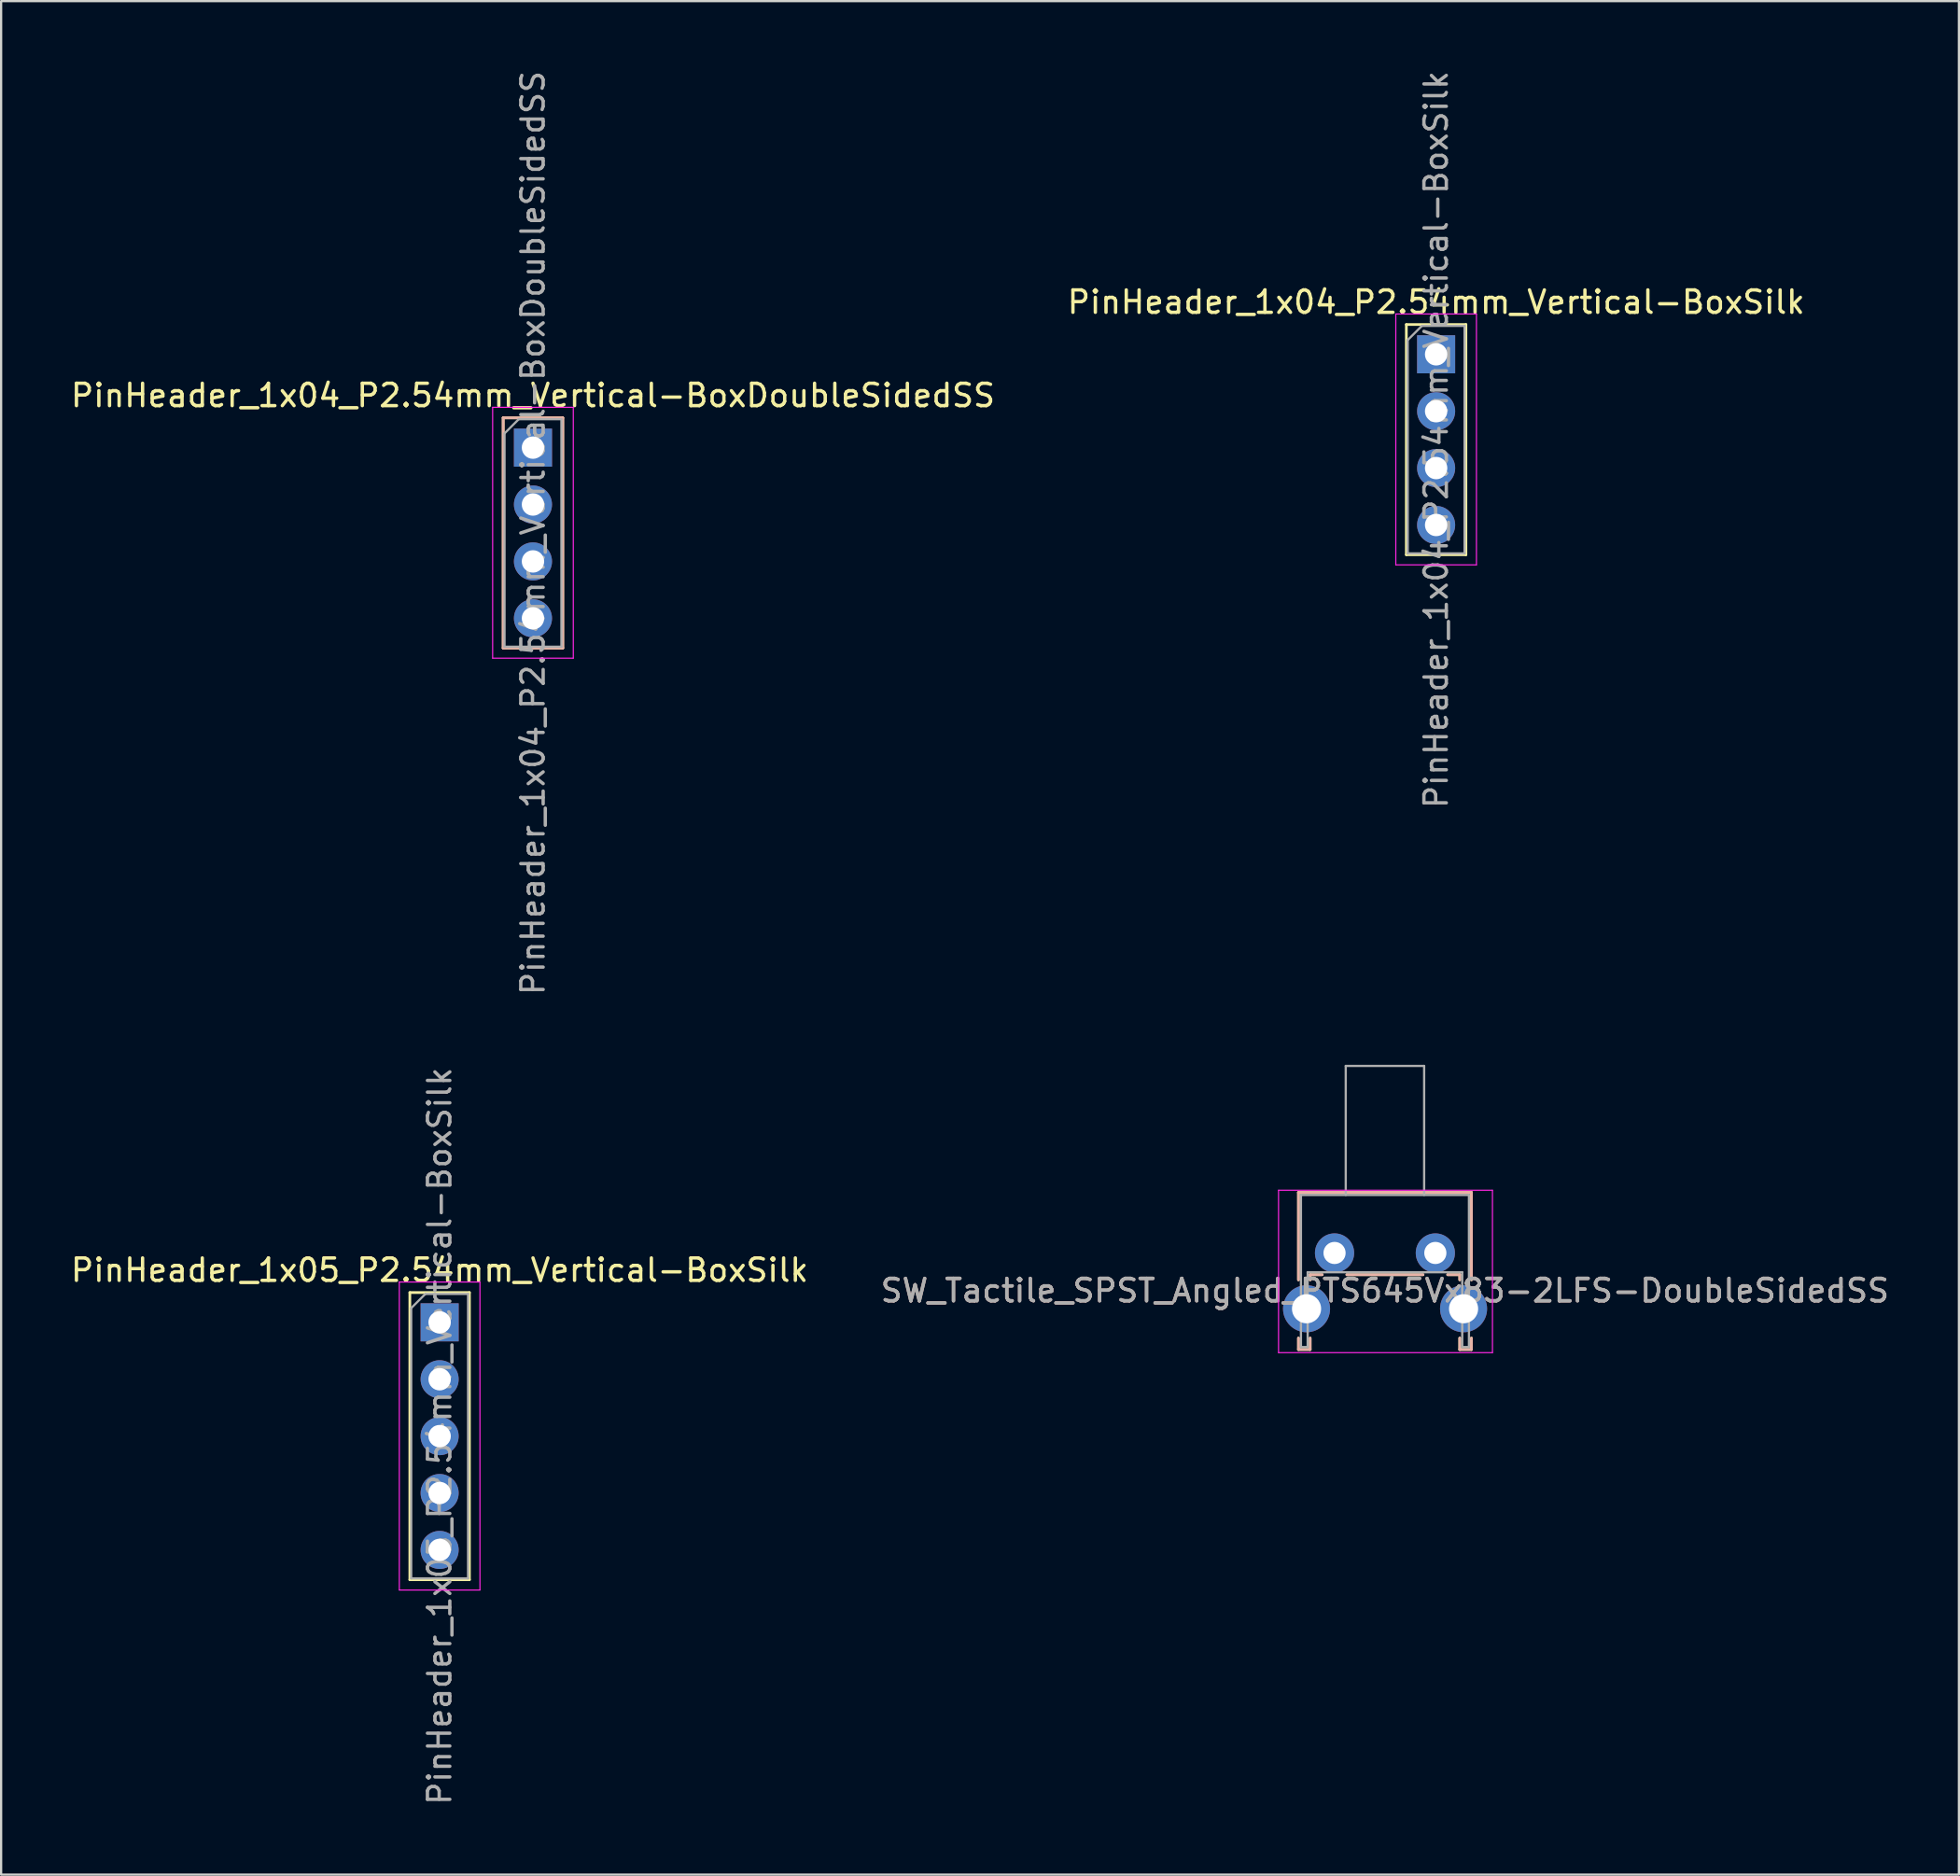
<source format=kicad_pcb>
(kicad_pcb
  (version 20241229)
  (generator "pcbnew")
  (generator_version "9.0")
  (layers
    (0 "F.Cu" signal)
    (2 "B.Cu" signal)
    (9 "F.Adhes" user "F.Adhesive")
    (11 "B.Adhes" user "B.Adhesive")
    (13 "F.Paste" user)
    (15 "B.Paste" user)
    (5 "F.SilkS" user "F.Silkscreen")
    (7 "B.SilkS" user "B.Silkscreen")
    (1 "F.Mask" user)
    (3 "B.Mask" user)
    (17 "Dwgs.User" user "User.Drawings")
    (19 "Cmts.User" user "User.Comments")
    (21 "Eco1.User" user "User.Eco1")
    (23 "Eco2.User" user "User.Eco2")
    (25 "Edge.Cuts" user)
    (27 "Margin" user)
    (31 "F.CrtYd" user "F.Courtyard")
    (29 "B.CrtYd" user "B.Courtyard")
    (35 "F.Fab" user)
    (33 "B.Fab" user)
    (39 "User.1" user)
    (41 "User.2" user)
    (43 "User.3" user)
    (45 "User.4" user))
  (footprint "PinHeader_1x04_P2.54mm_Vertical-BoxSilk"
    (layer "F.Cu")
    (at 61.065 12.767)
    (property "Reference" "PinHeader_1x04_P2.54mm_Vertical-BoxSilk" (at 0 -2.33 0) (layer "F.SilkS") (effects (font (size 1 1) (thickness 0.15))))
    (attr through_hole)
    (fp_line (start -1.33 -1.33) (end -1.33 8.95) (stroke (width 0.12) (type solid)) (layer "F.SilkS"))
    (fp_line (start -1.33 -1.33) (end 1.33 -1.33) (stroke (width 0.12) (type solid)) (layer "F.SilkS"))
    (fp_line (start -1.33 8.95) (end 1.33 8.95) (stroke (width 0.12) (type solid)) (layer "F.SilkS"))
    (fp_line (start 1.33 -1.33) (end 1.33 8.95) (stroke (width 0.12) (type solid)) (layer "F.SilkS"))
    (fp_line (start -1.8 -1.8) (end -1.8 9.4) (stroke (width 0.05) (type solid)) (layer "F.CrtYd"))
    (fp_line (start -1.8 9.4) (end 1.8 9.4) (stroke (width 0.05) (type solid)) (layer "F.CrtYd"))
    (fp_line (start 1.8 -1.8) (end -1.8 -1.8) (stroke (width 0.05) (type solid)) (layer "F.CrtYd"))
    (fp_line (start 1.8 9.4) (end 1.8 -1.8) (stroke (width 0.05) (type solid)) (layer "F.CrtYd"))
    (fp_line (start -1.27 -0.635) (end -0.635 -1.27) (stroke (width 0.1) (type solid)) (layer "F.Fab"))
    (fp_line (start -1.27 8.89) (end -1.27 -0.635) (stroke (width 0.1) (type solid)) (layer "F.Fab"))
    (fp_line (start -0.635 -1.27) (end 1.27 -1.27) (stroke (width 0.1) (type solid)) (layer "F.Fab"))
    (fp_line (start 1.27 -1.27) (end 1.27 8.89) (stroke (width 0.1) (type solid)) (layer "F.Fab"))
    (fp_line (start 1.27 8.89) (end -1.27 8.89) (stroke (width 0.1) (type solid)) (layer "F.Fab"))
    (fp_text user "${REFERENCE}" (at 0 3.81 90) (layer "F.Fab") (effects (font (size 1 1) (thickness 0.15))))
    (pad "1" thru_hole rect (at 0 0) (size 1.7 1.7) (drill 1) (layers "*.Cu" "*.Mask"))
    (pad "2" thru_hole oval (at 0 2.54) (size 1.7 1.7) (drill 1) (layers "*.Cu" "*.Mask"))
    (pad "3" thru_hole oval (at 0 5.08) (size 1.7 1.7) (drill 1) (layers "*.Cu" "*.Mask"))
    (pad "4" thru_hole oval (at 0 7.62) (size 1.7 1.7) (drill 1) (layers "*.Cu" "*.Mask")))
  (footprint "PinHeader_1x04_P2.54mm_Vertical-BoxDoubleSidedSS"
    (layer "F.Cu")
    (at 20.744 16.934)
    (property "Reference" "PinHeader_1x04_P2.54mm_Vertical-BoxDoubleSidedSS" (at 0 -2.33 0) (layer "F.SilkS") (effects (font (size 1 1) (thickness 0.15))))
    (attr through_hole)
    (fp_line (start -1.33 -1.33) (end -1.33 8.95) (stroke (width 0.12) (type solid)) (layer "F.SilkS"))
    (fp_line (start -1.33 -1.33) (end 1.33 -1.33) (stroke (width 0.12) (type solid)) (layer "F.SilkS"))
    (fp_line (start -1.33 8.95) (end 1.33 8.95) (stroke (width 0.12) (type solid)) (layer "F.SilkS"))
    (fp_line (start 1.33 -1.33) (end 1.33 8.95) (stroke (width 0.12) (type solid)) (layer "F.SilkS"))
    (fp_line (start -1.33 -1.33) (end -1.33 8.95) (stroke (width 0.12) (type solid)) (layer "B.SilkS"))
    (fp_line (start -1.33 -1.33) (end 1.33 -1.33) (stroke (width 0.12) (type solid)) (layer "B.SilkS"))
    (fp_line (start -1.33 8.95) (end 1.33 8.95) (stroke (width 0.12) (type solid)) (layer "B.SilkS"))
    (fp_line (start 1.33 -1.33) (end 1.33 8.95) (stroke (width 0.12) (type solid)) (layer "B.SilkS"))
    (fp_line (start -1.8 -1.8) (end -1.8 9.4) (stroke (width 0.05) (type solid)) (layer "F.CrtYd"))
    (fp_line (start -1.8 9.4) (end 1.8 9.4) (stroke (width 0.05) (type solid)) (layer "F.CrtYd"))
    (fp_line (start 1.8 -1.8) (end -1.8 -1.8) (stroke (width 0.05) (type solid)) (layer "F.CrtYd"))
    (fp_line (start 1.8 9.4) (end 1.8 -1.8) (stroke (width 0.05) (type solid)) (layer "F.CrtYd"))
    (fp_line (start -1.27 -0.635) (end -0.635 -1.27) (stroke (width 0.1) (type solid)) (layer "F.Fab"))
    (fp_line (start -1.27 8.89) (end -1.27 -0.635) (stroke (width 0.1) (type solid)) (layer "F.Fab"))
    (fp_line (start -0.635 -1.27) (end 1.27 -1.27) (stroke (width 0.1) (type solid)) (layer "F.Fab"))
    (fp_line (start 1.27 -1.27) (end 1.27 8.89) (stroke (width 0.1) (type solid)) (layer "F.Fab"))
    (fp_line (start 1.27 8.89) (end -1.27 8.89) (stroke (width 0.1) (type solid)) (layer "F.Fab"))
    (fp_text user "${REFERENCE}" (at 0 3.81 90) (layer "F.Fab") (effects (font (size 1 1) (thickness 0.15))))
    (pad "1" thru_hole rect (at 0 0) (size 1.7 1.7) (drill 1) (layers "*.Cu" "*.Mask"))
    (pad "2" thru_hole oval (at 0 2.54) (size 1.7 1.7) (drill 1) (layers "*.Cu" "*.Mask"))
    (pad "3" thru_hole oval (at 0 5.08) (size 1.7 1.7) (drill 1) (layers "*.Cu" "*.Mask"))
    (pad "4" thru_hole oval (at 0 7.62) (size 1.7 1.7) (drill 1) (layers "*.Cu" "*.Mask")))
  (footprint "SW_Tactile_SPST_Angled_PTS645Vx83-2LFS-DoubleSidedSS"
    (layer "F.Cu")
    (at 56.53 52.888)
    (property "Reference" "SW_Tactile_SPST_Angled_PTS645Vx83-2LFS-DoubleSidedSS" (at 2.25 1.68 0) (layer "B.SilkS") (effects (font (size 1 1) (thickness 0.15))))
    (attr through_hole)
    (fp_line (start -1.61 -2.7) (end -1.61 1.2) (stroke (width 0.12) (type solid)) (layer "F.SilkS"))
    (fp_line (start -1.61 -2.7) (end 6.11 -2.7) (stroke (width 0.12) (type solid)) (layer "F.SilkS"))
    (fp_line (start -1.61 3.8) (end -1.61 4.31) (stroke (width 0.12) (type solid)) (layer "F.SilkS"))
    (fp_line (start -1.61 4.31) (end -1.09 4.31) (stroke (width 0.12) (type solid)) (layer "F.SilkS"))
    (fp_line (start -1.09 0.97) (end -1.09 1.2) (stroke (width 0.12) (type solid)) (layer "F.SilkS"))
    (fp_line (start -1.09 0.97) (end -0.55 0.97) (stroke (width 0.12) (type solid)) (layer "F.SilkS"))
    (fp_line (start -1.09 3.8) (end -1.09 4.31) (stroke (width 0.12) (type solid)) (layer "F.SilkS"))
    (fp_line (start 0.55 0.97) (end 3.95 0.97) (stroke (width 0.12) (type solid)) (layer "F.SilkS"))
    (fp_line (start 5.05 0.97) (end 5.59 0.97) (stroke (width 0.12) (type solid)) (layer "F.SilkS"))
    (fp_line (start 5.59 0.97) (end 5.59 1.2) (stroke (width 0.12) (type solid)) (layer "F.SilkS"))
    (fp_line (start 5.59 3.8) (end 5.59 4.31) (stroke (width 0.12) (type solid)) (layer "F.SilkS"))
    (fp_line (start 5.59 4.31) (end 6.11 4.31) (stroke (width 0.12) (type solid)) (layer "F.SilkS"))
    (fp_line (start 6.11 -2.7) (end 6.11 1.2) (stroke (width 0.12) (type solid)) (layer "F.SilkS"))
    (fp_line (start 6.11 3.8) (end 6.11 4.31) (stroke (width 0.12) (type solid)) (layer "F.SilkS"))
    (fp_line (start -1.61 -2.7) (end -1.61 1.2) (stroke (width 0.12) (type solid)) (layer "B.SilkS"))
    (fp_line (start -1.61 -2.7) (end 6.11 -2.7) (stroke (width 0.12) (type solid)) (layer "B.SilkS"))
    (fp_line (start -1.61 3.8) (end -1.61 4.31) (stroke (width 0.12) (type solid)) (layer "B.SilkS"))
    (fp_line (start -1.61 4.31) (end -1.09 4.31) (stroke (width 0.12) (type solid)) (layer "B.SilkS"))
    (fp_line (start -1.09 0.97) (end -1.09 1.2) (stroke (width 0.12) (type solid)) (layer "B.SilkS"))
    (fp_line (start -1.09 0.97) (end -0.55 0.97) (stroke (width 0.12) (type solid)) (layer "B.SilkS"))
    (fp_line (start -1.09 3.8) (end -1.09 4.31) (stroke (width 0.12) (type solid)) (layer "B.SilkS"))
    (fp_line (start 0.55 0.97) (end 3.95 0.97) (stroke (width 0.12) (type solid)) (layer "B.SilkS"))
    (fp_line (start 5.05 0.97) (end 5.59 0.97) (stroke (width 0.12) (type solid)) (layer "B.SilkS"))
    (fp_line (start 5.59 0.97) (end 5.59 1.2) (stroke (width 0.12) (type solid)) (layer "B.SilkS"))
    (fp_line (start 5.59 3.8) (end 5.59 4.31) (stroke (width 0.12) (type solid)) (layer "B.SilkS"))
    (fp_line (start 5.59 4.31) (end 6.11 4.31) (stroke (width 0.12) (type solid)) (layer "B.SilkS"))
    (fp_line (start 6.11 -2.7) (end 6.11 1.2) (stroke (width 0.12) (type solid)) (layer "B.SilkS"))
    (fp_line (start 6.11 3.8) (end 6.11 4.31) (stroke (width 0.12) (type solid)) (layer "B.SilkS"))
    (fp_line (start -2.5 -2.8) (end 7.05 -2.8) (stroke (width 0.05) (type solid)) (layer "F.CrtYd"))
    (fp_line (start -2.5 4.45) (end -2.5 -2.8) (stroke (width 0.05) (type solid)) (layer "F.CrtYd"))
    (fp_line (start 7.05 -2.8) (end 7.05 4.45) (stroke (width 0.05) (type solid)) (layer "F.CrtYd"))
    (fp_line (start 7.05 4.45) (end -2.5 4.45) (stroke (width 0.05) (type solid)) (layer "F.CrtYd"))
    (fp_line (start -1.5 -2.59) (end 6 -2.59) (stroke (width 0.1) (type solid)) (layer "F.Fab"))
    (fp_line (start -1.5 4.2) (end -1.5 -2.59) (stroke (width 0.1) (type solid)) (layer "F.Fab"))
    (fp_line (start -1.5 4.2) (end -1.2 4.2) (stroke (width 0.1) (type solid)) (layer "F.Fab"))
    (fp_line (start -1.2 0.86) (end 5.7 0.86) (stroke (width 0.1) (type solid)) (layer "F.Fab"))
    (fp_line (start -1.2 4.2) (end -1.2 0.86) (stroke (width 0.1) (type solid)) (layer "F.Fab"))
    (fp_line (start 0.5 -8.35) (end 0.5 -2.59) (stroke (width 0.1) (type solid)) (layer "F.Fab"))
    (fp_line (start 0.5 -8.35) (end 4 -8.35) (stroke (width 0.1) (type solid)) (layer "F.Fab"))
    (fp_line (start 4 -8.35) (end 4 -2.59) (stroke (width 0.1) (type solid)) (layer "F.Fab"))
    (fp_line (start 5.7 4.2) (end 5.7 0.86) (stroke (width 0.1) (type solid)) (layer "F.Fab"))
    (fp_line (start 5.7 4.2) (end 6 4.2) (stroke (width 0.1) (type solid)) (layer "F.Fab"))
    (fp_line (start 6 4.2) (end 6 -2.59) (stroke (width 0.1) (type solid)) (layer "F.Fab"))
    (fp_text user "${REFERENCE}" (at 2.25 1.68 0) (layer "F.Fab") (effects (font (size 1 1) (thickness 0.15))))
    (pad "" thru_hole circle (at -1.25 2.49) (size 2.1 2.1) (drill 1.3) (layers "*.Cu" "*.Mask"))
    (pad "" thru_hole circle (at 5.76 2.49) (size 2.1 2.1) (drill 1.3) (layers "*.Cu" "*.Mask"))
    (pad "1" thru_hole circle (at 0 0) (size 1.75 1.75) (drill 0.99) (layers "*.Cu" "*.Mask"))
    (pad "2" thru_hole circle (at 4.5 0) (size 1.75 1.75) (drill 0.99) (layers "*.Cu" "*.Mask")))
  (footprint "PinHeader_1x05_P2.54mm_Vertical-BoxSilk"
    (layer "F.Cu")
    (at 16.577 55.985)
    (property "Reference" "PinHeader_1x05_P2.54mm_Vertical-BoxSilk" (at 0 -2.33 0) (layer "F.SilkS") (effects (font (size 1 1) (thickness 0.15))))
    (attr through_hole)
    (fp_line (start -1.33 -1.33) (end -1.33 11.49) (stroke (width 0.12) (type solid)) (layer "F.SilkS"))
    (fp_line (start -1.33 -1.33) (end 1.33 -1.33) (stroke (width 0.12) (type solid)) (layer "F.SilkS"))
    (fp_line (start -1.33 11.49) (end 1.33 11.49) (stroke (width 0.12) (type solid)) (layer "F.SilkS"))
    (fp_line (start 1.33 -1.33) (end 1.33 11.49) (stroke (width 0.12) (type solid)) (layer "F.SilkS"))
    (fp_line (start -1.8 -1.8) (end -1.8 11.95) (stroke (width 0.05) (type solid)) (layer "F.CrtYd"))
    (fp_line (start -1.8 11.95) (end 1.8 11.95) (stroke (width 0.05) (type solid)) (layer "F.CrtYd"))
    (fp_line (start 1.8 -1.8) (end -1.8 -1.8) (stroke (width 0.05) (type solid)) (layer "F.CrtYd"))
    (fp_line (start 1.8 11.95) (end 1.8 -1.8) (stroke (width 0.05) (type solid)) (layer "F.CrtYd"))
    (fp_line (start -1.27 -0.635) (end -0.635 -1.27) (stroke (width 0.1) (type solid)) (layer "F.Fab"))
    (fp_line (start -1.27 11.43) (end -1.27 -0.635) (stroke (width 0.1) (type solid)) (layer "F.Fab"))
    (fp_line (start -0.635 -1.27) (end 1.27 -1.27) (stroke (width 0.1) (type solid)) (layer "F.Fab"))
    (fp_line (start 1.27 -1.27) (end 1.27 11.43) (stroke (width 0.1) (type solid)) (layer "F.Fab"))
    (fp_line (start 1.27 11.43) (end -1.27 11.43) (stroke (width 0.1) (type solid)) (layer "F.Fab"))
    (fp_text user "${REFERENCE}" (at 0 5.08 90) (layer "F.Fab") (effects (font (size 1 1) (thickness 0.15))))
    (pad "1" thru_hole rect (at 0 0) (size 1.7 1.7) (drill 1) (layers "*.Cu" "*.Mask"))
    (pad "2" thru_hole oval (at 0 2.54) (size 1.7 1.7) (drill 1) (layers "*.Cu" "*.Mask"))
    (pad "3" thru_hole oval (at 0 5.08) (size 1.7 1.7) (drill 1) (layers "*.Cu" "*.Mask"))
    (pad "4" thru_hole oval (at 0 7.62) (size 1.7 1.7) (drill 1) (layers "*.Cu" "*.Mask"))
    (pad "5" thru_hole oval (at 0 10.16) (size 1.7 1.7) (drill 1) (layers "*.Cu" "*.Mask")))
  (gr_rect
    (start -3 -3)
    (end 84.405 80.643)
    (stroke (width 0.1) (type default))
    (fill no)
    (layer "Edge.Cuts")))
</source>
